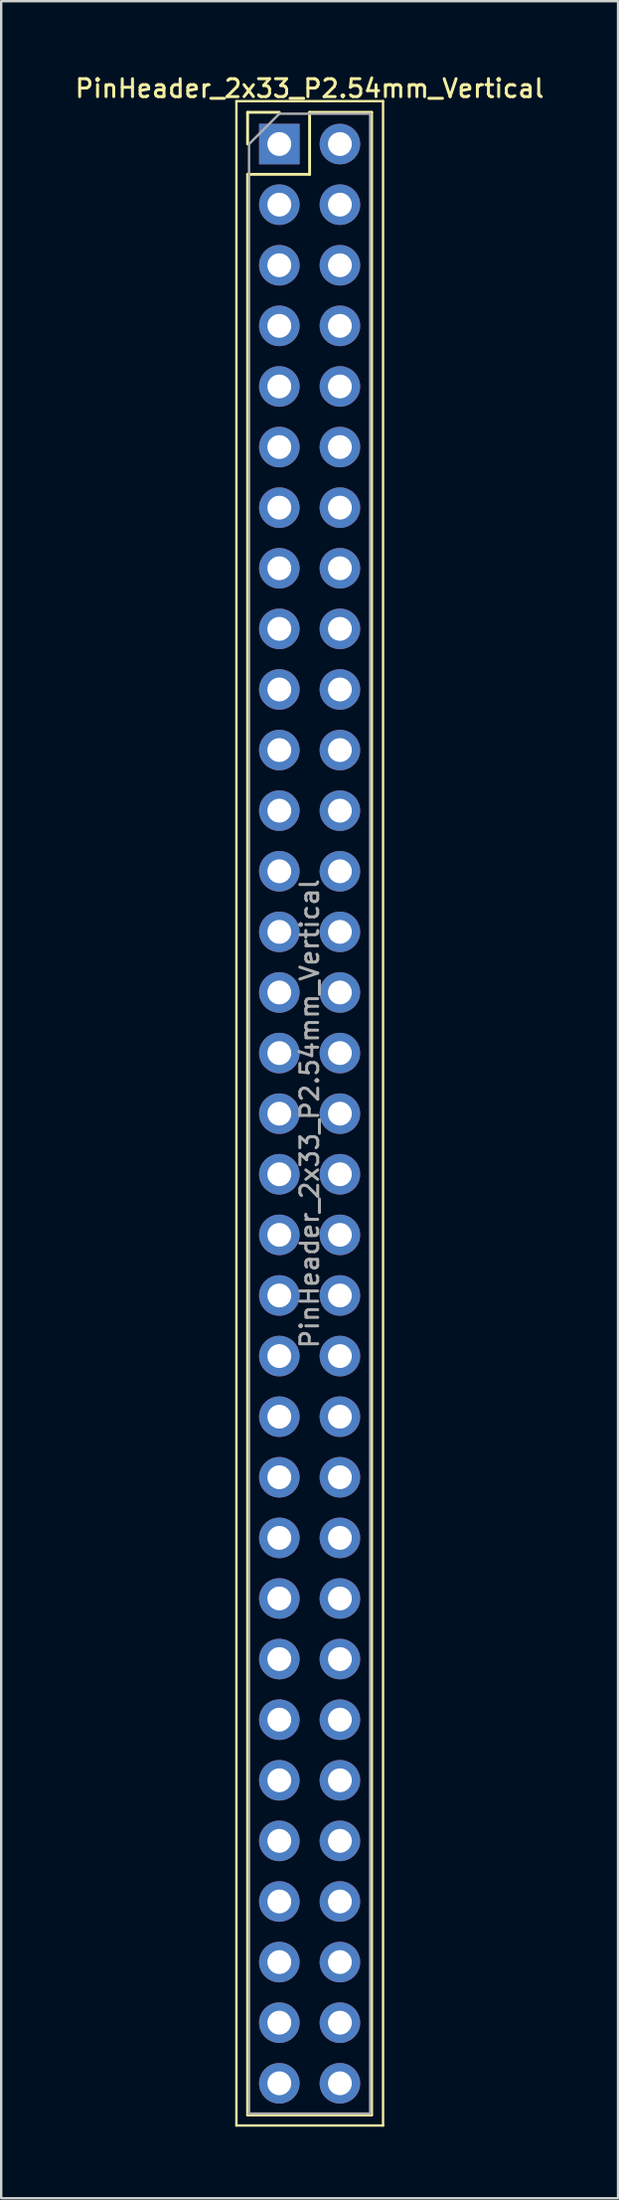
<source format=kicad_pcb>
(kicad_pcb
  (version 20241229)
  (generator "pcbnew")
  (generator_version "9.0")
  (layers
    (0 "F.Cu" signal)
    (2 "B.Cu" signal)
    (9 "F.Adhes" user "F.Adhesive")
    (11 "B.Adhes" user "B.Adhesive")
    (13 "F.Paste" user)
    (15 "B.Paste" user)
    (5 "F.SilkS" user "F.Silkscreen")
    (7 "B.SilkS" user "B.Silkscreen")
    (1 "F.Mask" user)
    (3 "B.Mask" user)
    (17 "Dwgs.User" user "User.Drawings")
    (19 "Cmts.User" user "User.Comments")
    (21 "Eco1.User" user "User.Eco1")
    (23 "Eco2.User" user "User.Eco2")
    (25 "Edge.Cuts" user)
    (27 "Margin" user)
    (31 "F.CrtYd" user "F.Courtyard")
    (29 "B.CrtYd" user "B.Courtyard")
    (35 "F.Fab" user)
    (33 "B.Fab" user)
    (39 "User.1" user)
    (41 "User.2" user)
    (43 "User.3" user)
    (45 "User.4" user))
  (footprint "PinHeader_2x33_P2.54mm_Vertical"
    (layer "F.Cu")
    (at 8.664 2.988)
    (property "Reference" "PinHeader_2x33_P2.54mm_Vertical" (at 1.27 -2.33 0) (layer "F.SilkS") (effects (font (size 0.75 0.75) (thickness 0.125))))
    (attr through_hole)
    (fp_line (start -1.8 -1.8) (end -1.8 83.05) (stroke (width 0.1) (type solid)) (layer "F.SilkS"))
    (fp_line (start -1.8 83.05) (end 4.35 83.05) (stroke (width 0.1) (type solid)) (layer "F.SilkS"))
    (fp_line (start -1.33 -1.33) (end 0 -1.33) (stroke (width 0.12) (type solid)) (layer "F.SilkS"))
    (fp_line (start -1.33 0) (end -1.33 -1.33) (stroke (width 0.12) (type solid)) (layer "F.SilkS"))
    (fp_line (start -1.33 1.27) (end -1.33 82.61) (stroke (width 0.12) (type solid)) (layer "F.SilkS"))
    (fp_line (start -1.33 1.27) (end 1.27 1.27) (stroke (width 0.12) (type solid)) (layer "F.SilkS"))
    (fp_line (start -1.33 82.61) (end 3.87 82.61) (stroke (width 0.12) (type solid)) (layer "F.SilkS"))
    (fp_line (start 1.27 -1.33) (end 3.87 -1.33) (stroke (width 0.12) (type solid)) (layer "F.SilkS"))
    (fp_line (start 1.27 1.27) (end 1.27 -1.33) (stroke (width 0.12) (type solid)) (layer "F.SilkS"))
    (fp_line (start 3.87 -1.33) (end 3.87 82.61) (stroke (width 0.12) (type solid)) (layer "F.SilkS"))
    (fp_line (start 4.35 -1.8) (end -1.8 -1.8) (stroke (width 0.1) (type solid)) (layer "F.SilkS"))
    (fp_line (start 4.35 83.05) (end 4.35 -1.8) (stroke (width 0.1) (type solid)) (layer "F.SilkS"))
    (fp_line (start -1.27 0) (end 0 -1.27) (stroke (width 0.1) (type solid)) (layer "F.Fab"))
    (fp_line (start -1.27 82.55) (end -1.27 0) (stroke (width 0.1) (type solid)) (layer "F.Fab"))
    (fp_line (start 0 -1.27) (end 3.81 -1.27) (stroke (width 0.1) (type solid)) (layer "F.Fab"))
    (fp_line (start 3.81 -1.27) (end 3.81 82.55) (stroke (width 0.1) (type solid)) (layer "F.Fab"))
    (fp_line (start 3.81 82.55) (end -1.27 82.55) (stroke (width 0.1) (type solid)) (layer "F.Fab"))
    (fp_text user "${REFERENCE}" (at 1.27 40.64 90) (layer "F.Fab") (effects (font (size 0.75 0.75) (thickness 0.125))))
    (pad "1" thru_hole rect (at 0 0) (size 1.7 1.7) (drill 1) (layers "*.Cu" "*.Mask"))
    (pad "2" thru_hole oval (at 2.54 0) (size 1.7 1.7) (drill 1) (layers "*.Cu" "*.Mask"))
    (pad "3" thru_hole oval (at 0 2.54) (size 1.7 1.7) (drill 1) (layers "*.Cu" "*.Mask"))
    (pad "4" thru_hole oval (at 2.54 2.54) (size 1.7 1.7) (drill 1) (layers "*.Cu" "*.Mask"))
    (pad "5" thru_hole oval (at 0 5.08) (size 1.7 1.7) (drill 1) (layers "*.Cu" "*.Mask"))
    (pad "6" thru_hole oval (at 2.54 5.08) (size 1.7 1.7) (drill 1) (layers "*.Cu" "*.Mask"))
    (pad "7" thru_hole oval (at 0 7.62) (size 1.7 1.7) (drill 1) (layers "*.Cu" "*.Mask"))
    (pad "8" thru_hole oval (at 2.54 7.62) (size 1.7 1.7) (drill 1) (layers "*.Cu" "*.Mask"))
    (pad "9" thru_hole oval (at 0 10.16) (size 1.7 1.7) (drill 1) (layers "*.Cu" "*.Mask"))
    (pad "10" thru_hole oval (at 2.54 10.16) (size 1.7 1.7) (drill 1) (layers "*.Cu" "*.Mask"))
    (pad "11" thru_hole oval (at 0 12.7) (size 1.7 1.7) (drill 1) (layers "*.Cu" "*.Mask"))
    (pad "12" thru_hole oval (at 2.54 12.7) (size 1.7 1.7) (drill 1) (layers "*.Cu" "*.Mask"))
    (pad "13" thru_hole oval (at 0 15.24) (size 1.7 1.7) (drill 1) (layers "*.Cu" "*.Mask"))
    (pad "14" thru_hole oval (at 2.54 15.24) (size 1.7 1.7) (drill 1) (layers "*.Cu" "*.Mask"))
    (pad "15" thru_hole oval (at 0 17.78) (size 1.7 1.7) (drill 1) (layers "*.Cu" "*.Mask"))
    (pad "16" thru_hole oval (at 2.54 17.78) (size 1.7 1.7) (drill 1) (layers "*.Cu" "*.Mask"))
    (pad "17" thru_hole oval (at 0 20.32) (size 1.7 1.7) (drill 1) (layers "*.Cu" "*.Mask"))
    (pad "18" thru_hole oval (at 2.54 20.32) (size 1.7 1.7) (drill 1) (layers "*.Cu" "*.Mask"))
    (pad "19" thru_hole oval (at 0 22.86) (size 1.7 1.7) (drill 1) (layers "*.Cu" "*.Mask"))
    (pad "20" thru_hole oval (at 2.54 22.86) (size 1.7 1.7) (drill 1) (layers "*.Cu" "*.Mask"))
    (pad "21" thru_hole oval (at 0 25.4) (size 1.7 1.7) (drill 1) (layers "*.Cu" "*.Mask"))
    (pad "22" thru_hole oval (at 2.54 25.4) (size 1.7 1.7) (drill 1) (layers "*.Cu" "*.Mask"))
    (pad "23" thru_hole oval (at 0 27.94) (size 1.7 1.7) (drill 1) (layers "*.Cu" "*.Mask"))
    (pad "24" thru_hole oval (at 2.54 27.94) (size 1.7 1.7) (drill 1) (layers "*.Cu" "*.Mask"))
    (pad "25" thru_hole oval (at 0 30.48) (size 1.7 1.7) (drill 1) (layers "*.Cu" "*.Mask"))
    (pad "26" thru_hole oval (at 2.54 30.48) (size 1.7 1.7) (drill 1) (layers "*.Cu" "*.Mask"))
    (pad "27" thru_hole oval (at 0 33.02) (size 1.7 1.7) (drill 1) (layers "*.Cu" "*.Mask"))
    (pad "28" thru_hole oval (at 2.54 33.02) (size 1.7 1.7) (drill 1) (layers "*.Cu" "*.Mask"))
    (pad "29" thru_hole oval (at 0 35.56) (size 1.7 1.7) (drill 1) (layers "*.Cu" "*.Mask"))
    (pad "30" thru_hole oval (at 2.54 35.56) (size 1.7 1.7) (drill 1) (layers "*.Cu" "*.Mask"))
    (pad "31" thru_hole oval (at 0 38.1) (size 1.7 1.7) (drill 1) (layers "*.Cu" "*.Mask"))
    (pad "32" thru_hole oval (at 2.54 38.1) (size 1.7 1.7) (drill 1) (layers "*.Cu" "*.Mask"))
    (pad "33" thru_hole oval (at 0 40.64) (size 1.7 1.7) (drill 1) (layers "*.Cu" "*.Mask"))
    (pad "34" thru_hole oval (at 2.54 40.64) (size 1.7 1.7) (drill 1) (layers "*.Cu" "*.Mask"))
    (pad "35" thru_hole oval (at 0 43.18) (size 1.7 1.7) (drill 1) (layers "*.Cu" "*.Mask"))
    (pad "36" thru_hole oval (at 2.54 43.18) (size 1.7 1.7) (drill 1) (layers "*.Cu" "*.Mask"))
    (pad "37" thru_hole oval (at 0 45.72) (size 1.7 1.7) (drill 1) (layers "*.Cu" "*.Mask"))
    (pad "38" thru_hole oval (at 2.54 45.72) (size 1.7 1.7) (drill 1) (layers "*.Cu" "*.Mask"))
    (pad "39" thru_hole oval (at 0 48.26) (size 1.7 1.7) (drill 1) (layers "*.Cu" "*.Mask"))
    (pad "40" thru_hole oval (at 2.54 48.26) (size 1.7 1.7) (drill 1) (layers "*.Cu" "*.Mask"))
    (pad "41" thru_hole oval (at 0 50.8) (size 1.7 1.7) (drill 1) (layers "*.Cu" "*.Mask"))
    (pad "42" thru_hole oval (at 2.54 50.8) (size 1.7 1.7) (drill 1) (layers "*.Cu" "*.Mask"))
    (pad "43" thru_hole oval (at 0 53.34) (size 1.7 1.7) (drill 1) (layers "*.Cu" "*.Mask"))
    (pad "44" thru_hole oval (at 2.54 53.34) (size 1.7 1.7) (drill 1) (layers "*.Cu" "*.Mask"))
    (pad "45" thru_hole oval (at 0 55.88) (size 1.7 1.7) (drill 1) (layers "*.Cu" "*.Mask"))
    (pad "46" thru_hole oval (at 2.54 55.88) (size 1.7 1.7) (drill 1) (layers "*.Cu" "*.Mask"))
    (pad "47" thru_hole oval (at 0 58.42) (size 1.7 1.7) (drill 1) (layers "*.Cu" "*.Mask"))
    (pad "48" thru_hole oval (at 2.54 58.42) (size 1.7 1.7) (drill 1) (layers "*.Cu" "*.Mask"))
    (pad "49" thru_hole oval (at 0 60.96) (size 1.7 1.7) (drill 1) (layers "*.Cu" "*.Mask"))
    (pad "50" thru_hole oval (at 2.54 60.96) (size 1.7 1.7) (drill 1) (layers "*.Cu" "*.Mask"))
    (pad "51" thru_hole oval (at 0 63.5) (size 1.7 1.7) (drill 1) (layers "*.Cu" "*.Mask"))
    (pad "52" thru_hole oval (at 2.54 63.5) (size 1.7 1.7) (drill 1) (layers "*.Cu" "*.Mask"))
    (pad "53" thru_hole oval (at 0 66.04) (size 1.7 1.7) (drill 1) (layers "*.Cu" "*.Mask"))
    (pad "54" thru_hole oval (at 2.54 66.04) (size 1.7 1.7) (drill 1) (layers "*.Cu" "*.Mask"))
    (pad "55" thru_hole oval (at 0 68.58) (size 1.7 1.7) (drill 1) (layers "*.Cu" "*.Mask"))
    (pad "56" thru_hole oval (at 2.54 68.58) (size 1.7 1.7) (drill 1) (layers "*.Cu" "*.Mask"))
    (pad "57" thru_hole oval (at 0 71.12) (size 1.7 1.7) (drill 1) (layers "*.Cu" "*.Mask"))
    (pad "58" thru_hole oval (at 2.54 71.12) (size 1.7 1.7) (drill 1) (layers "*.Cu" "*.Mask"))
    (pad "59" thru_hole oval (at 0 73.66) (size 1.7 1.7) (drill 1) (layers "*.Cu" "*.Mask"))
    (pad "60" thru_hole oval (at 2.54 73.66) (size 1.7 1.7) (drill 1) (layers "*.Cu" "*.Mask"))
    (pad "61" thru_hole oval (at 0 76.2) (size 1.7 1.7) (drill 1) (layers "*.Cu" "*.Mask"))
    (pad "62" thru_hole oval (at 2.54 76.2) (size 1.7 1.7) (drill 1) (layers "*.Cu" "*.Mask"))
    (pad "63" thru_hole oval (at 0 78.74) (size 1.7 1.7) (drill 1) (layers "*.Cu" "*.Mask"))
    (pad "64" thru_hole oval (at 2.54 78.74) (size 1.7 1.7) (drill 1) (layers "*.Cu" "*.Mask"))
    (pad "65" thru_hole oval (at 0 81.28) (size 1.7 1.7) (drill 1) (layers "*.Cu" "*.Mask"))
    (pad "66" thru_hole oval (at 2.54 81.28) (size 1.7 1.7) (drill 1) (layers "*.Cu" "*.Mask")))
  (gr_rect
    (start -3 -3)
    (end 22.868 89.088)
    (stroke (width 0.1) (type default))
    (fill no)
    (layer "Edge.Cuts")))
</source>
